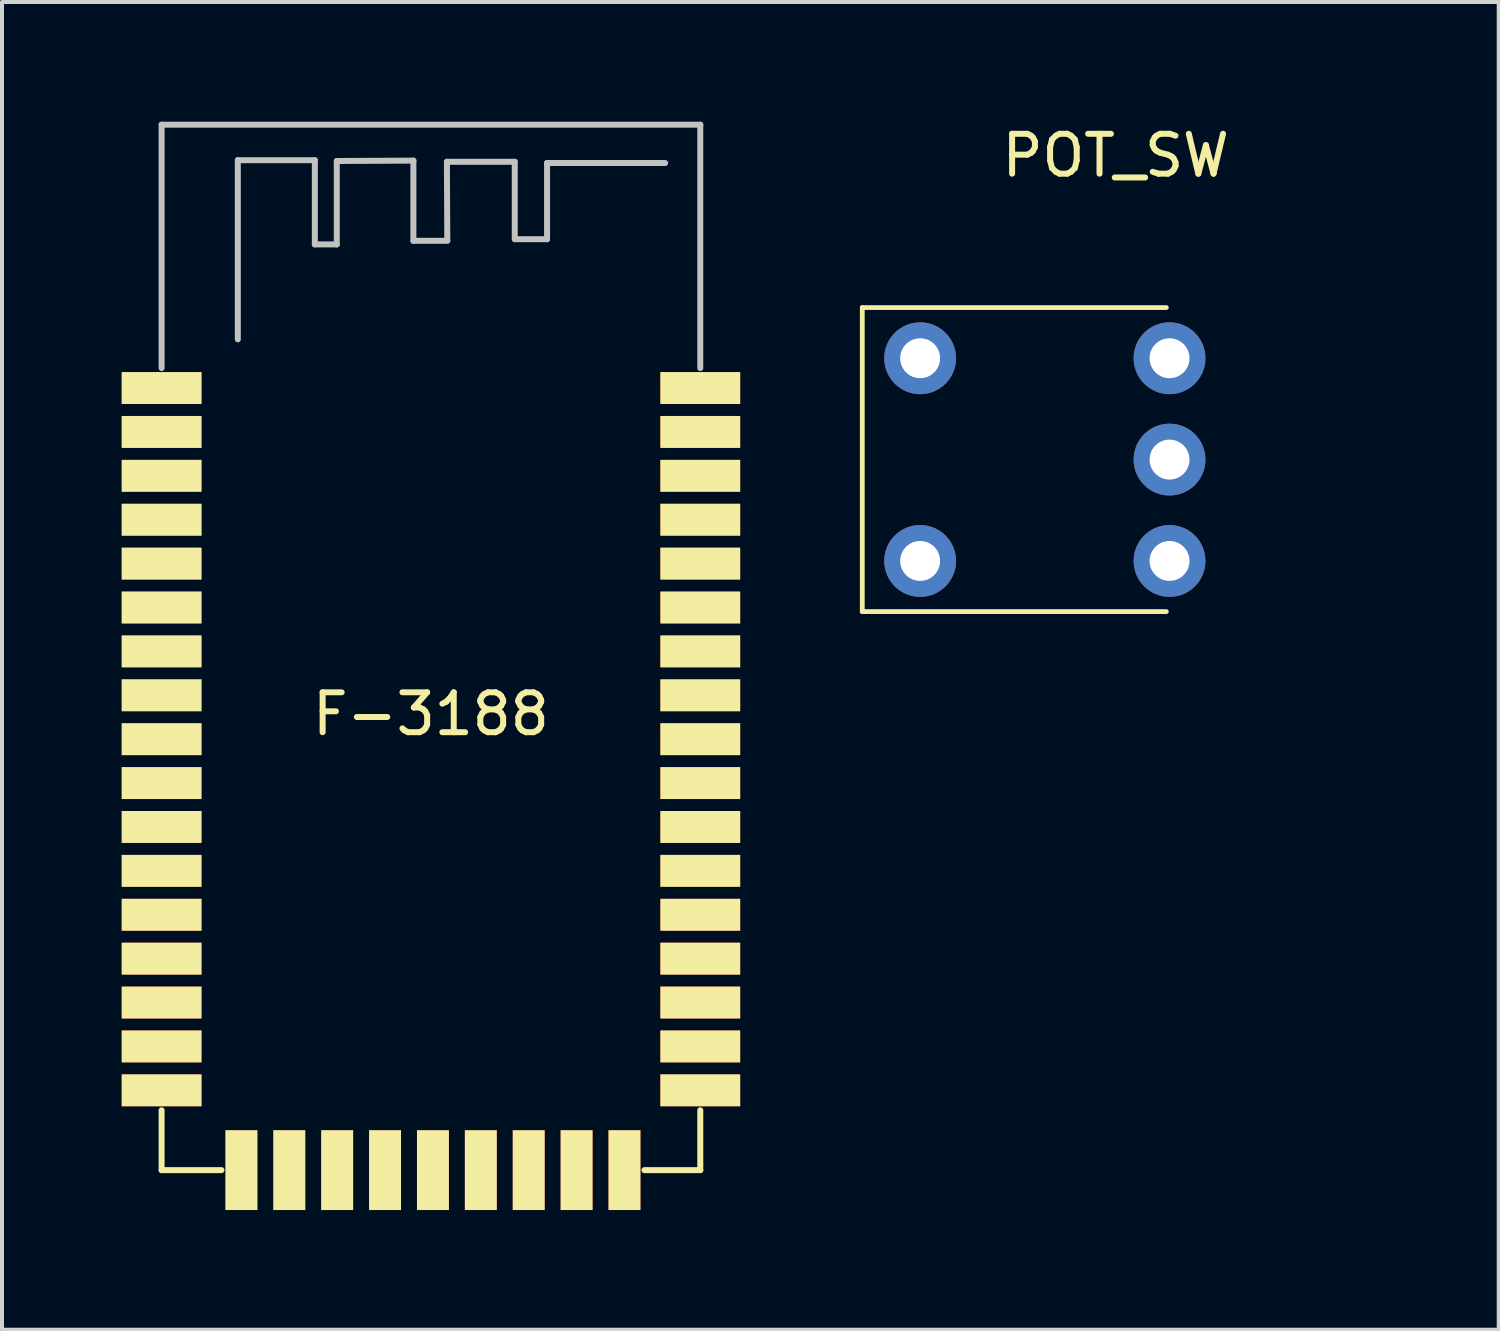
<source format=kicad_pcb>
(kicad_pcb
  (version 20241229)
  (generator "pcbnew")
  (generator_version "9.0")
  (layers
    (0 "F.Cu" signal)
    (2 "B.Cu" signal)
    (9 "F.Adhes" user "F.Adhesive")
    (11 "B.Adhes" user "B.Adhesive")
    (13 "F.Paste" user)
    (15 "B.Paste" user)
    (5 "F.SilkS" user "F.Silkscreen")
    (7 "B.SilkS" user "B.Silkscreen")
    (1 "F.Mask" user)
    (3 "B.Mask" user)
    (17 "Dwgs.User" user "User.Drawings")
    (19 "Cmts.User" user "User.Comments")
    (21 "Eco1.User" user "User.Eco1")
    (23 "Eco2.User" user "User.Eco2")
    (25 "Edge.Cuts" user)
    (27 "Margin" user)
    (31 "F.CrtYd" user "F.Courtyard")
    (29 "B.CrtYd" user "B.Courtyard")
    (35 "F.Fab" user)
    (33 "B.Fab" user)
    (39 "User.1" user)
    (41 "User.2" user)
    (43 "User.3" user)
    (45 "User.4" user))
  (footprint "POT_SW"
    (layer "F.Cu")
    (at 31.26 8.468)
    (property "Reference" "POT_SW" (at -6.35 -7.62 0) (layer "F.SilkS") (effects (font (size 1 1) (thickness 0.15))))
    (attr through_hole)
    (fp_line (start -12.7 -3.81) (end -12.7 3.81) (stroke (width 0.12) (type solid)) (layer "F.SilkS"))
    (fp_line (start -12.7 3.81) (end -5.08 3.81) (stroke (width 0.12) (type solid)) (layer "F.SilkS"))
    (fp_line (start -5.08 -3.81) (end -12.7 -3.81) (stroke (width 0.12) (type solid)) (layer "F.SilkS"))
    (pad "1" thru_hole circle (at -5 -2.54) (size 1.8 1.8) (drill 1) (layers "*.Cu" "*.Mask"))
    (pad "2" thru_hole circle (at -5 0) (size 1.8 1.8) (drill 1) (layers "*.Cu" "*.Mask"))
    (pad "3" thru_hole circle (at -5 2.54) (size 1.8 1.8) (drill 1) (layers "*.Cu" "*.Mask"))
    (pad "4" thru_hole circle (at -11.25 2.54) (size 1.8 1.8) (drill 1) (layers "*.Cu" "*.Mask"))
    (pad "5" thru_hole circle (at -11.25 -2.54) (size 1.8 1.8) (drill 1) (layers "*.Cu" "*.Mask")))
  (footprint "F-3188"
    (layer "F.Cu")
    (at 7.75 14.845)
    (property "Reference" "F-3188" (at 0 0 0) (layer "F.SilkS") (effects (font (size 1 1) (thickness 0.15))))
    (attr through_hole)
    (fp_line (start -6.75 9.93) (end -6.75 11.43) (stroke (width 0.15) (type solid)) (layer "F.SilkS"))
    (fp_line (start -6.75 11.43) (end -5.25 11.43) (stroke (width 0.15) (type solid)) (layer "F.SilkS"))
    (fp_line (start 6.75 9.93) (end 6.75 11.43) (stroke (width 0.15) (type solid)) (layer "F.SilkS"))
    (fp_line (start 6.75 11.43) (end 5.35 11.43) (stroke (width 0.15) (type solid)) (layer "F.SilkS"))
    (fp_line (start -6.75 -14.77) (end -6.75 -8.67) (stroke (width 0.15) (type solid)) (layer "Dwgs.User"))
    (fp_line (start -4.84 -13.88) (end -2.91 -13.88) (stroke (width 0.15) (type solid)) (layer "Dwgs.User"))
    (fp_line (start -4.84 -9.39) (end -4.84 -13.88) (stroke (width 0.15) (type solid)) (layer "Dwgs.User"))
    (fp_line (start -2.91 -13.88) (end -2.91 -11.77) (stroke (width 0.15) (type solid)) (layer "Dwgs.User"))
    (fp_line (start -2.91 -11.77) (end -2.36 -11.77) (stroke (width 0.15) (type solid)) (layer "Dwgs.User"))
    (fp_line (start -2.36 -13.86) (end -0.44 -13.87) (stroke (width 0.15) (type solid)) (layer "Dwgs.User"))
    (fp_line (start -2.36 -11.77) (end -2.36 -13.86) (stroke (width 0.15) (type solid)) (layer "Dwgs.User"))
    (fp_line (start -0.44 -13.87) (end -0.44 -11.86) (stroke (width 0.15) (type solid)) (layer "Dwgs.User"))
    (fp_line (start -0.44 -11.86) (end 0.41 -11.86) (stroke (width 0.15) (type solid)) (layer "Dwgs.User"))
    (fp_line (start 0.4 -13.84) (end 2.1 -13.84) (stroke (width 0.15) (type solid)) (layer "Dwgs.User"))
    (fp_line (start 0.41 -11.87) (end 0.4 -13.84) (stroke (width 0.15) (type solid)) (layer "Dwgs.User"))
    (fp_line (start 2.1 -13.84) (end 2.1 -11.9) (stroke (width 0.15) (type solid)) (layer "Dwgs.User"))
    (fp_line (start 2.12 -11.9) (end 2.91 -11.9) (stroke (width 0.15) (type solid)) (layer "Dwgs.User"))
    (fp_line (start 2.91 -13.81) (end 5.87 -13.81) (stroke (width 0.15) (type solid)) (layer "Dwgs.User"))
    (fp_line (start 2.91 -11.9) (end 2.91 -13.81) (stroke (width 0.15) (type solid)) (layer "Dwgs.User"))
    (fp_line (start 6.75 -14.77) (end -6.75 -14.77) (stroke (width 0.15) (type solid)) (layer "Dwgs.User"))
    (fp_line (start 6.75 -8.67) (end 6.75 -14.77) (stroke (width 0.15) (type solid)) (layer "Dwgs.User"))
    (pad "1" smd rect (at -6.75 -8.17) (size 2 0.8) (layers "F.Cu" "F.Mask" "F.SilkS" "F.Paste"))
    (pad "2" smd rect (at -6.75 -7.07) (size 2 0.8) (layers "F.Cu" "F.Mask" "F.SilkS" "F.Paste"))
    (pad "3" smd rect (at -6.75 -5.97) (size 2 0.8) (layers "F.Cu" "F.Mask" "F.SilkS" "F.Paste"))
    (pad "4" smd rect (at -6.75 -4.87) (size 2 0.8) (layers "F.Cu" "F.Mask" "F.SilkS" "F.Paste"))
    (pad "5" smd rect (at -6.75 -3.77) (size 2 0.8) (layers "F.Cu" "F.Mask" "F.SilkS" "F.Paste"))
    (pad "6" smd rect (at -6.75 -2.67) (size 2 0.8) (layers "F.Cu" "F.Mask" "F.SilkS" "F.Paste"))
    (pad "7" smd rect (at -6.75 -1.57) (size 2 0.8) (layers "F.Cu" "F.Mask" "F.SilkS" "F.Paste"))
    (pad "8" smd rect (at -6.75 -0.47) (size 2 0.8) (layers "F.Cu" "F.Mask" "F.SilkS" "F.Paste"))
    (pad "9" smd rect (at -6.75 0.63) (size 2 0.8) (layers "F.Cu" "F.Mask" "F.SilkS" "F.Paste"))
    (pad "10" smd rect (at -6.75 1.73) (size 2 0.8) (layers "F.Cu" "F.Mask" "F.SilkS" "F.Paste"))
    (pad "11" smd rect (at -6.75 2.83) (size 2 0.8) (layers "F.Cu" "F.Mask" "F.SilkS" "F.Paste"))
    (pad "12" smd rect (at -6.75 3.93) (size 2 0.8) (layers "F.Cu" "F.Mask" "F.SilkS" "F.Paste"))
    (pad "13" smd rect (at -6.75 5.03) (size 2 0.8) (layers "F.Cu" "F.Mask" "F.SilkS" "F.Paste"))
    (pad "14" smd rect (at -6.75 6.13) (size 2 0.8) (layers "F.Cu" "F.Mask" "F.SilkS" "F.Paste"))
    (pad "15" smd rect (at -6.75 7.23) (size 2 0.8) (layers "F.Cu" "F.Mask" "F.SilkS" "F.Paste"))
    (pad "16" smd rect (at -6.75 8.33) (size 2 0.8) (layers "F.Cu" "F.Mask" "F.SilkS" "F.Paste"))
    (pad "17" smd rect (at -6.75 9.43) (size 2 0.8) (layers "F.Cu" "F.Mask" "F.SilkS" "F.Paste"))
    (pad "18" smd rect (at -4.75 11.43) (size 0.8 2) (layers "F.Cu" "F.Mask" "F.SilkS" "F.Paste"))
    (pad "19" smd rect (at -3.55 11.43) (size 0.8 2) (layers "F.Cu" "F.Mask" "F.SilkS" "F.Paste"))
    (pad "20" smd rect (at -2.35 11.43) (size 0.8 2) (layers "F.Cu" "F.Mask" "F.SilkS" "F.Paste"))
    (pad "21" smd rect (at -1.15 11.43) (size 0.8 2) (layers "F.Cu" "F.Mask" "F.SilkS" "F.Paste"))
    (pad "22" smd rect (at 0.05 11.43) (size 0.8 2) (layers "F.Cu" "F.Mask" "F.SilkS" "F.Paste"))
    (pad "23" smd rect (at 1.25 11.43) (size 0.8 2) (layers "F.Cu" "F.Mask" "F.SilkS" "F.Paste"))
    (pad "24" smd rect (at 2.45 11.43) (size 0.8 2) (layers "F.Cu" "F.Mask" "F.SilkS" "F.Paste"))
    (pad "25" smd rect (at 3.65 11.43) (size 0.8 2) (layers "F.Cu" "F.Mask" "F.SilkS" "F.Paste"))
    (pad "26" smd rect (at 4.85 11.43) (size 0.8 2) (layers "F.Cu" "F.Mask" "F.SilkS" "F.Paste"))
    (pad "27" smd rect (at 6.75 9.43) (size 2 0.8) (layers "F.Cu" "F.Mask" "F.SilkS" "F.Paste"))
    (pad "28" smd rect (at 6.75 8.33) (size 2 0.8) (layers "F.Cu" "F.Mask" "F.SilkS" "F.Paste"))
    (pad "29" smd rect (at 6.75 7.23) (size 2 0.8) (layers "F.Cu" "F.Mask" "F.SilkS" "F.Paste"))
    (pad "30" smd rect (at 6.75 6.13) (size 2 0.8) (layers "F.Cu" "F.Mask" "F.SilkS" "F.Paste"))
    (pad "31" smd rect (at 6.75 5.03) (size 2 0.8) (layers "F.Cu" "F.Mask" "F.SilkS" "F.Paste"))
    (pad "32" smd rect (at 6.75 3.93) (size 2 0.8) (layers "F.Cu" "F.Mask" "F.SilkS" "F.Paste"))
    (pad "33" smd rect (at 6.75 2.83) (size 2 0.8) (layers "F.Cu" "F.Mask" "F.SilkS" "F.Paste"))
    (pad "34" smd rect (at 6.75 1.73) (size 2 0.8) (layers "F.Cu" "F.Mask" "F.SilkS" "F.Paste"))
    (pad "35" smd rect (at 6.75 0.63) (size 2 0.8) (layers "F.Cu" "F.Mask" "F.SilkS" "F.Paste"))
    (pad "36" smd rect (at 6.75 -0.47) (size 2 0.8) (layers "F.Cu" "F.Mask" "F.SilkS" "F.Paste"))
    (pad "37" smd rect (at 6.75 -1.57) (size 2 0.8) (layers "F.Cu" "F.Mask" "F.SilkS" "F.Paste"))
    (pad "38" smd rect (at 6.75 -2.67) (size 2 0.8) (layers "F.Cu" "F.Mask" "F.SilkS" "F.Paste"))
    (pad "39" smd rect (at 6.75 -3.77) (size 2 0.8) (layers "F.Cu" "F.Mask" "F.SilkS" "F.Paste"))
    (pad "40" smd rect (at 6.75 -4.87) (size 2 0.8) (layers "F.Cu" "F.Mask" "F.SilkS" "F.Paste"))
    (pad "41" smd rect (at 6.75 -5.97) (size 2 0.8) (layers "F.Cu" "F.Mask" "F.SilkS" "F.Paste"))
    (pad "42" smd rect (at 6.75 -7.07) (size 2 0.8) (layers "F.Cu" "F.Mask" "F.SilkS" "F.Paste"))
    (pad "43" smd rect (at 6.75 -8.17) (size 2 0.8) (layers "F.Cu" "F.Mask" "F.SilkS" "F.Paste")))
  (gr_rect
    (start -3 -3)
    (end 34.51 30.275)
    (stroke (width 0.1) (type default))
    (fill no)
    (layer "Edge.Cuts")))
</source>
